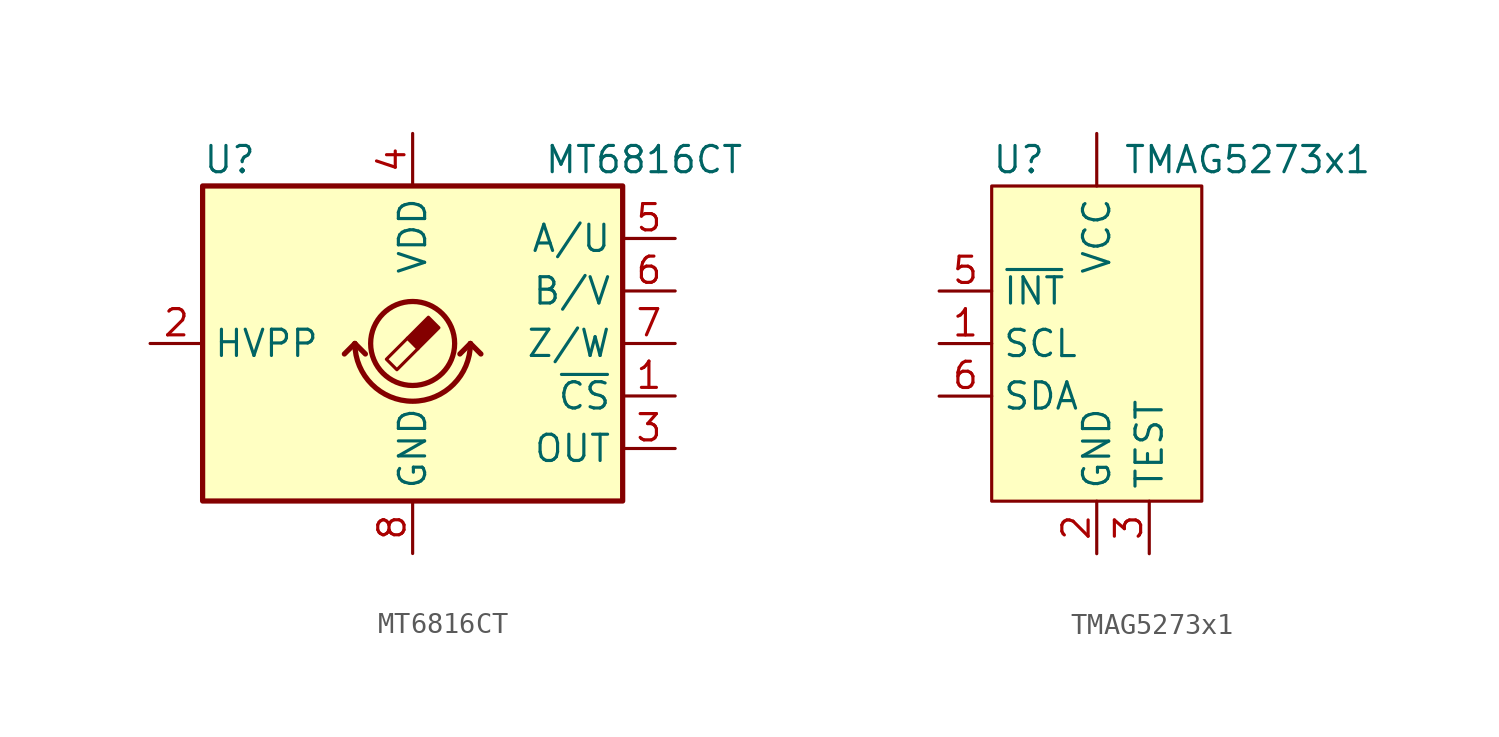
<source format=kicad_sym>
(kicad_symbol_lib
  (version 20220914)
  (generator kicad_symbol_editor)
  (symbol "MT6816CT"
    (property "Reference" "U"
      (at -10.16 8.89 0)
      (effects (font (size 1.27 1.27)) (justify left)))
    (property "Value" "MT6816CT"
      (at 6.35 8.89 0)
      (effects (font (size 1.27 1.27)) (justify left)))
    (symbol "MT6816CT_1_1"
      (rectangle (start -10.16 -7.62) (end 10.16 7.62) (stroke (width 0.254) (type default)) (fill (type background)))
      (arc (start -2.794 0) (mid 0 -2.7819) (end 2.794 0) (stroke (width 0.254) (type default)) (fill (type none)))
      (circle (center 0 0) (radius 2.032) (stroke (width 0.254) (type default)) (fill (type none)))
      (polyline (pts (xy -2.794 0) (xy -3.302 -0.508)) (stroke (width 0.254) (type default)) (fill (type none)))
      (polyline (pts (xy -2.794 0) (xy -2.286 -0.508)) (stroke (width 0.254) (type default)) (fill (type none)))
      (polyline (pts (xy 2.794 0) (xy 2.286 -0.508)) (stroke (width 0.254) (type default)) (fill (type none)))
      (polyline (pts (xy 2.794 0) (xy 3.302 -0.508)) (stroke (width 0.254) (type default)) (fill (type none)))
      (polyline (pts (xy -0.254 0.254) (xy -1.27 -0.762) (xy -0.762 -1.27) (xy 0.254 -0.254)) (stroke (width 0) (type default)) (fill (type none)))
      (polyline (pts (xy 0.762 1.27) (xy -0.254 0.254) (xy 0.254 -0.254) (xy 1.27 0.762) (xy 1.016 1.016) (xy 0.762 1.27) (xy 0.635 1.143)) (stroke (width 0) (type default)) (fill (type outline)))
      (pin input line (at 12.7 -2.54 180) (length 2.54) (name "~{CS}" (effects (font (size 1.27 1.27)))) (number "1" (effects (font (size 1.27 1.27)))))
      (pin input line (at -12.7 0 0) (length 2.54) (name "HVPP" (effects (font (size 1.27 1.27)))) (number "2" (effects (font (size 1.27 1.27)))) (alternate "SPI_ENA" input line))
      (pin output line (at 12.7 -5.08 180) (length 2.54) (name "OUT" (effects (font (size 1.27 1.27)))) (number "3" (effects (font (size 1.27 1.27)))))
      (pin power_in line (at 0 10.16 270) (length 2.54) (name "VDD" (effects (font (size 1.27 1.27)))) (number "4" (effects (font (size 1.27 1.27)))))
      (pin output line (at 12.7 5.08 180) (length 2.54) (name "A/U" (effects (font (size 1.27 1.27)))) (number "5" (effects (font (size 1.27 1.27)))) (alternate "MOSI" input line) (alternate "SDAT" bidirectional line))
      (pin output line (at 12.7 2.54 180) (length 2.54) (name "B/V" (effects (font (size 1.27 1.27)))) (number "6" (effects (font (size 1.27 1.27)))) (alternate "MISO" input line))
      (pin output line (at 12.7 0 180) (length 2.54) (name "Z/W" (effects (font (size 1.27 1.27)))) (number "7" (effects (font (size 1.27 1.27)))) (alternate "CLK" input line))
      (pin power_in line (at 0 -10.16 90) (length 2.54) (name "GND" (effects (font (size 1.27 1.27)))) (number "8" (effects (font (size 1.27 1.27)))))))
  (symbol "TMAG5273x1"
    (property "Reference" "U"
      (at -5.08 8.89 0)
      (effects (font (size 1.27 1.27)) (justify left)))
    (property "Value" "TMAG5273x1"
      (at 1.27 8.89 0)
      (effects (font (size 1.27 1.27)) (justify left)))
    (symbol "TMAG5273x1_1_1"
      (rectangle (start -5.08 7.62) (end 5.08 -7.62) (stroke (width 0) (type default)) (fill (type background)))
      (pin power_in line (at 0 10.16 270) (length 2.54) (name "VCC" (effects (font (size 1.27 1.27)))) (number "" (effects (font (size 1.27 1.27)))))
      (pin input line (at -7.62 0 0) (length 2.54) (name "SCL" (effects (font (size 1.27 1.27)))) (number "1" (effects (font (size 1.27 1.27)))))
      (pin power_in line (at 0 -10.16 90) (length 2.54) (name "GND" (effects (font (size 1.27 1.27)))) (number "2" (effects (font (size 1.27 1.27)))))
      (pin passive line (at 2.54 -10.16 90) (length 2.54) (name "TEST" (effects (font (size 1.27 1.27)))) (number "3" (effects (font (size 1.27 1.27)))))
      (pin output line (at -7.62 2.54 0) (length 2.54) (name "~{INT}" (effects (font (size 1.27 1.27)))) (number "5" (effects (font (size 1.27 1.27)))))
      (pin bidirectional line (at -7.62 -2.54 0) (length 2.54) (name "SDA" (effects (font (size 1.27 1.27)))) (number "6" (effects (font (size 1.27 1.27))))))))
</source>
